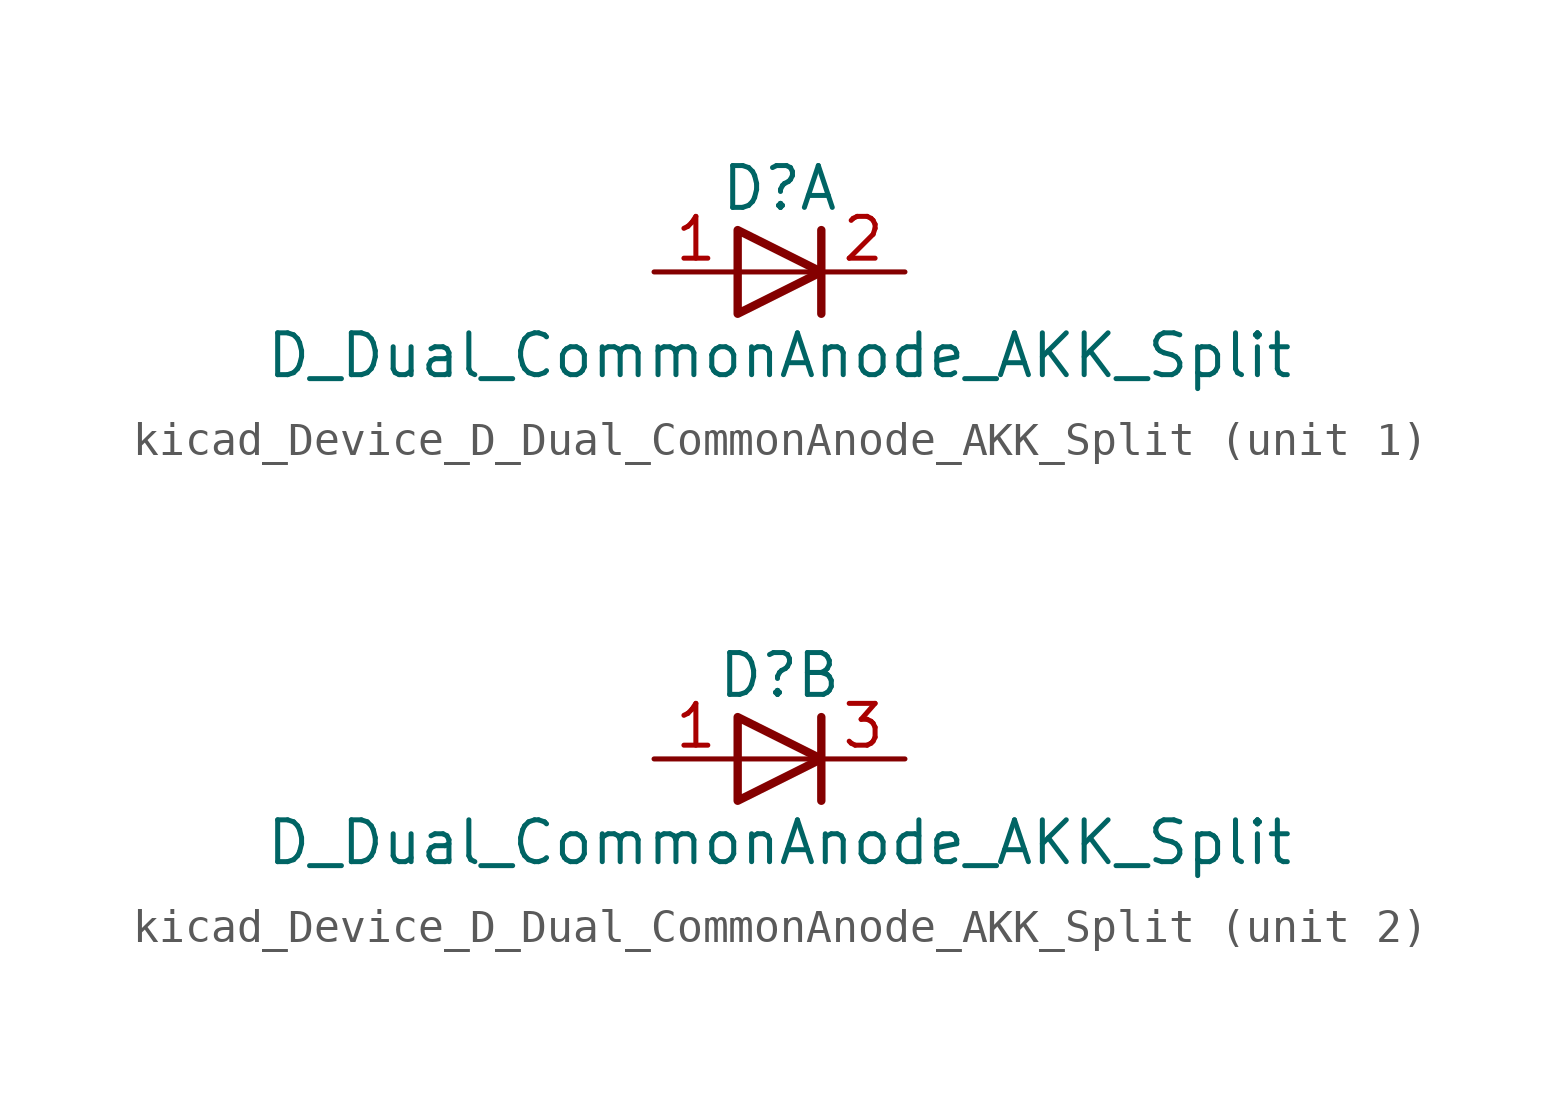
<source format=kicad_sym>
(kicad_symbol_lib
  (version 20220914)
  (generator kicad_symbol_editor)
  (symbol "kicad_Device_D_Dual_CommonAnode_AKK_Split"
    (pin_names
      (offset 0.762) hide)
    (property "Reference" "D"
      (at 0 2.54 0)
      (effects (font (size 1.27 1.27))))
    (property "Value" "D_Dual_CommonAnode_AKK_Split"
      (at 0 -2.54 0)
      (effects (font (size 1.27 1.27))))
    (property "ki_locked" ""
      (at 0 0 0)
      (effects (font (size 1.27 1.27))))
    (symbol "kicad_Device_D_Dual_CommonAnode_AKK_Split_0_0"
      (polyline (pts (xy 1.27 0) (xy -1.27 0)) (stroke (width 0) (type default)) (fill (type none)))
      (polyline (pts (xy 1.27 1.27) (xy 1.27 -1.27)) (stroke (width 0.254) (type default)) (fill (type none))))
    (symbol "kicad_Device_D_Dual_CommonAnode_AKK_Split_0_1"
      (polyline (pts (xy -1.27 1.27) (xy 1.27 0) (xy -1.27 -1.27) (xy -1.27 1.27) (xy -1.27 1.27) (xy -1.27 1.27)) (stroke (width 0.254) (type default)) (fill (type none)))
      (pin passive line (at -3.81 0 0) (length 2.54) (name "A" (effects (font (size 1.27 1.27)))) (number "1" (effects (font (size 1.27 1.27))))))
    (symbol "kicad_Device_D_Dual_CommonAnode_AKK_Split_1_1"
      (pin passive line (at 3.81 0 180) (length 2.54) (name "K" (effects (font (size 1.27 1.27)))) (number "2" (effects (font (size 1.27 1.27))))))
    (symbol "kicad_Device_D_Dual_CommonAnode_AKK_Split_2_1"
      (pin passive line (at 3.81 0 180) (length 2.54) (name "K" (effects (font (size 1.27 1.27)))) (number "3" (effects (font (size 1.27 1.27))))))))
</source>
